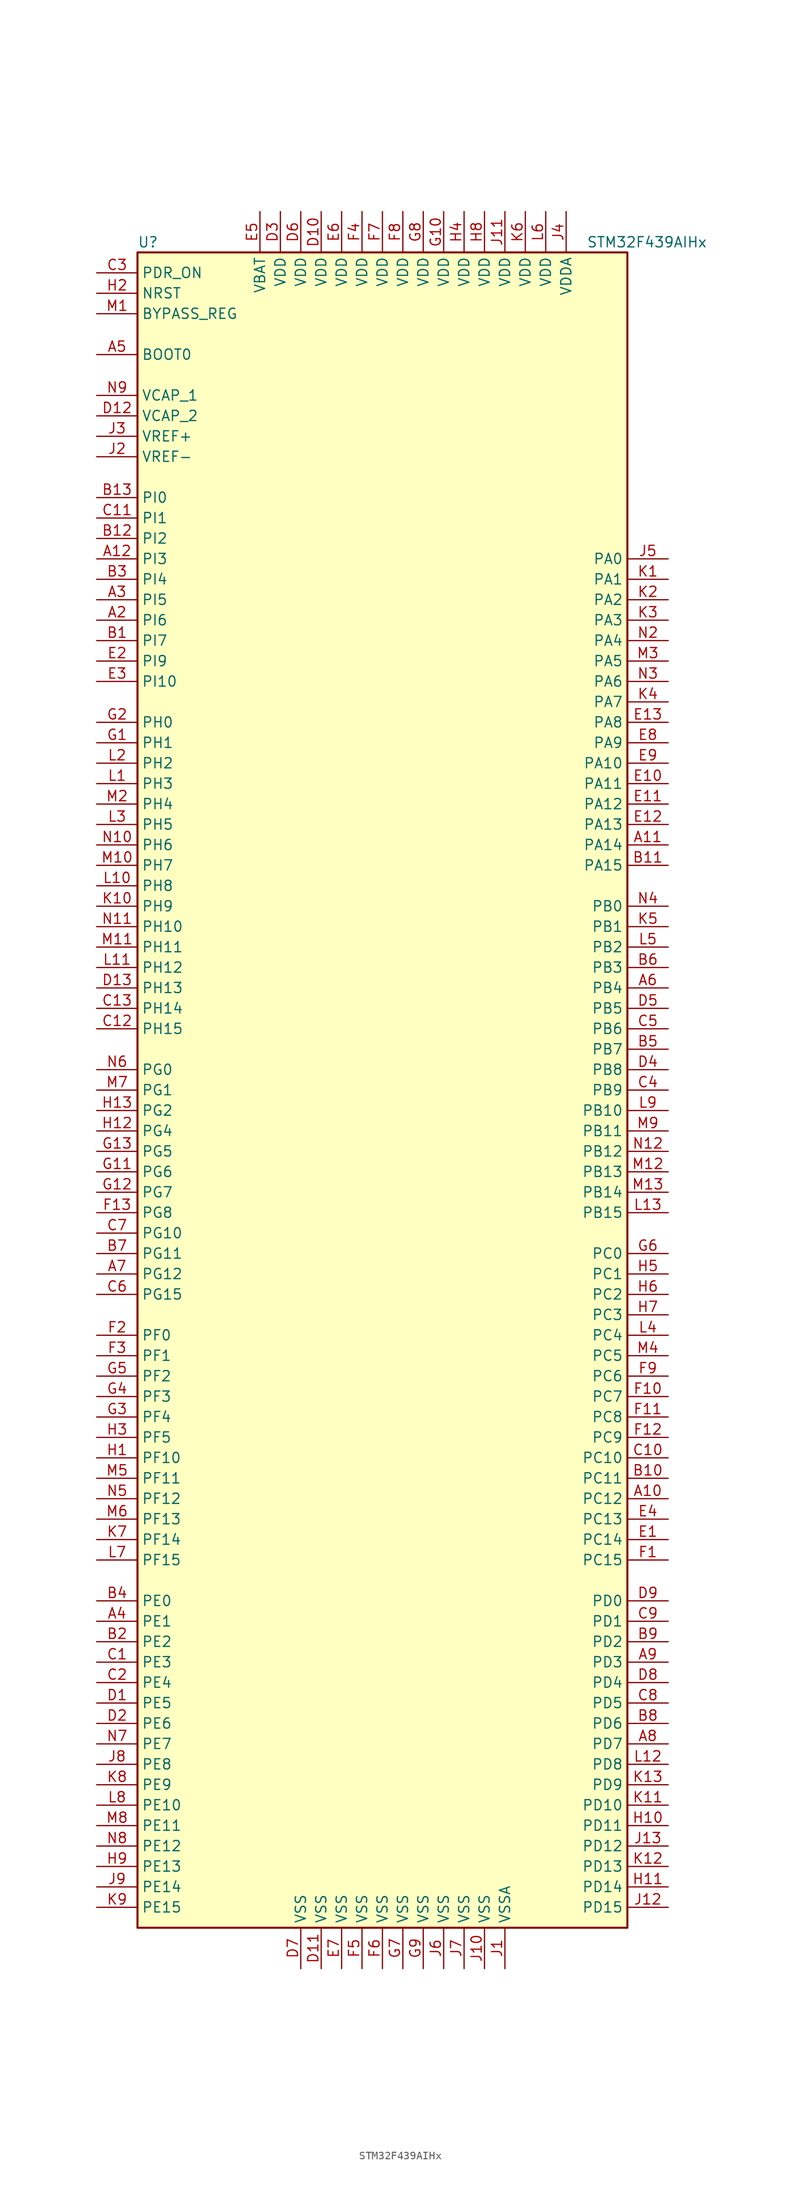
<source format=kicad_sym>
(kicad_symbol_lib
  (version 20220914)
  (generator kicad_symbol_editor)
  (symbol "STM32F439AIHx"
    (property "Reference" "U"
      (at -30.48 105.41 0)
      (effects (font (size 1.27 1.27)) (justify left)))
    (property "Value" "STM32F439AIHx"
      (at 25.4 105.41 0)
      (effects (font (size 1.27 1.27)) (justify left)))
    (symbol "STM32F439AIHx_0_1"
      (rectangle (start -30.48 -104.14) (end 30.48 104.14) (stroke (width 0.254) (type default)) (fill (type background))))
    (symbol "STM32F439AIHx_1_1"
      (pin no_connect line (at -30.48 -101.6 0) (length 5.08) hide (name "NC" (effects (font (size 1.27 1.27)))) (number "A1" (effects (font (size 1.27 1.27)))))
      (pin bidirectional line (at 35.56 -50.8 180) (length 5.08) (name "PC12" (effects (font (size 1.27 1.27)))) (number "A10" (effects (font (size 1.27 1.27)))))
      (pin bidirectional line (at 35.56 30.48 180) (length 5.08) (name "PA14" (effects (font (size 1.27 1.27)))) (number "A11" (effects (font (size 1.27 1.27)))))
      (pin bidirectional line (at -35.56 66.04 0) (length 5.08) (name "PI3" (effects (font (size 1.27 1.27)))) (number "A12" (effects (font (size 1.27 1.27)))))
      (pin no_connect line (at -30.48 -99.06 0) (length 5.08) hide (name "NC" (effects (font (size 1.27 1.27)))) (number "A13" (effects (font (size 1.27 1.27)))))
      (pin bidirectional line (at -35.56 58.42 0) (length 5.08) (name "PI6" (effects (font (size 1.27 1.27)))) (number "A2" (effects (font (size 1.27 1.27)))))
      (pin bidirectional line (at -35.56 60.96 0) (length 5.08) (name "PI5" (effects (font (size 1.27 1.27)))) (number "A3" (effects (font (size 1.27 1.27)))))
      (pin bidirectional line (at -35.56 -66.04 0) (length 5.08) (name "PE1" (effects (font (size 1.27 1.27)))) (number "A4" (effects (font (size 1.27 1.27)))))
      (pin input line (at -35.56 91.44 0) (length 5.08) (name "BOOT0" (effects (font (size 1.27 1.27)))) (number "A5" (effects (font (size 1.27 1.27)))))
      (pin bidirectional line (at 35.56 12.7 180) (length 5.08) (name "PB4" (effects (font (size 1.27 1.27)))) (number "A6" (effects (font (size 1.27 1.27)))))
      (pin bidirectional line (at -35.56 -22.86 0) (length 5.08) (name "PG12" (effects (font (size 1.27 1.27)))) (number "A7" (effects (font (size 1.27 1.27)))))
      (pin bidirectional line (at 35.56 -81.28 180) (length 5.08) (name "PD7" (effects (font (size 1.27 1.27)))) (number "A8" (effects (font (size 1.27 1.27)))))
      (pin bidirectional line (at 35.56 -71.12 180) (length 5.08) (name "PD3" (effects (font (size 1.27 1.27)))) (number "A9" (effects (font (size 1.27 1.27)))))
      (pin bidirectional line (at -35.56 55.88 0) (length 5.08) (name "PI7" (effects (font (size 1.27 1.27)))) (number "B1" (effects (font (size 1.27 1.27)))))
      (pin bidirectional line (at 35.56 -48.26 180) (length 5.08) (name "PC11" (effects (font (size 1.27 1.27)))) (number "B10" (effects (font (size 1.27 1.27)))))
      (pin bidirectional line (at 35.56 27.94 180) (length 5.08) (name "PA15" (effects (font (size 1.27 1.27)))) (number "B11" (effects (font (size 1.27 1.27)))))
      (pin bidirectional line (at -35.56 68.58 0) (length 5.08) (name "PI2" (effects (font (size 1.27 1.27)))) (number "B12" (effects (font (size 1.27 1.27)))))
      (pin bidirectional line (at -35.56 73.66 0) (length 5.08) (name "PI0" (effects (font (size 1.27 1.27)))) (number "B13" (effects (font (size 1.27 1.27)))))
      (pin bidirectional line (at -35.56 -68.58 0) (length 5.08) (name "PE2" (effects (font (size 1.27 1.27)))) (number "B2" (effects (font (size 1.27 1.27)))))
      (pin bidirectional line (at -35.56 63.5 0) (length 5.08) (name "PI4" (effects (font (size 1.27 1.27)))) (number "B3" (effects (font (size 1.27 1.27)))))
      (pin bidirectional line (at -35.56 -63.5 0) (length 5.08) (name "PE0" (effects (font (size 1.27 1.27)))) (number "B4" (effects (font (size 1.27 1.27)))))
      (pin bidirectional line (at 35.56 5.08 180) (length 5.08) (name "PB7" (effects (font (size 1.27 1.27)))) (number "B5" (effects (font (size 1.27 1.27)))))
      (pin bidirectional line (at 35.56 15.24 180) (length 5.08) (name "PB3" (effects (font (size 1.27 1.27)))) (number "B6" (effects (font (size 1.27 1.27)))))
      (pin bidirectional line (at -35.56 -20.32 0) (length 5.08) (name "PG11" (effects (font (size 1.27 1.27)))) (number "B7" (effects (font (size 1.27 1.27)))))
      (pin bidirectional line (at 35.56 -78.74 180) (length 5.08) (name "PD6" (effects (font (size 1.27 1.27)))) (number "B8" (effects (font (size 1.27 1.27)))))
      (pin bidirectional line (at 35.56 -68.58 180) (length 5.08) (name "PD2" (effects (font (size 1.27 1.27)))) (number "B9" (effects (font (size 1.27 1.27)))))
      (pin bidirectional line (at -35.56 -71.12 0) (length 5.08) (name "PE3" (effects (font (size 1.27 1.27)))) (number "C1" (effects (font (size 1.27 1.27)))))
      (pin bidirectional line (at 35.56 -45.72 180) (length 5.08) (name "PC10" (effects (font (size 1.27 1.27)))) (number "C10" (effects (font (size 1.27 1.27)))))
      (pin bidirectional line (at -35.56 71.12 0) (length 5.08) (name "PI1" (effects (font (size 1.27 1.27)))) (number "C11" (effects (font (size 1.27 1.27)))))
      (pin bidirectional line (at -35.56 7.62 0) (length 5.08) (name "PH15" (effects (font (size 1.27 1.27)))) (number "C12" (effects (font (size 1.27 1.27)))))
      (pin bidirectional line (at -35.56 10.16 0) (length 5.08) (name "PH14" (effects (font (size 1.27 1.27)))) (number "C13" (effects (font (size 1.27 1.27)))))
      (pin bidirectional line (at -35.56 -73.66 0) (length 5.08) (name "PE4" (effects (font (size 1.27 1.27)))) (number "C2" (effects (font (size 1.27 1.27)))))
      (pin input line (at -35.56 101.6 0) (length 5.08) (name "PDR_ON" (effects (font (size 1.27 1.27)))) (number "C3" (effects (font (size 1.27 1.27)))))
      (pin bidirectional line (at 35.56 0 180) (length 5.08) (name "PB9" (effects (font (size 1.27 1.27)))) (number "C4" (effects (font (size 1.27 1.27)))))
      (pin bidirectional line (at 35.56 7.62 180) (length 5.08) (name "PB6" (effects (font (size 1.27 1.27)))) (number "C5" (effects (font (size 1.27 1.27)))))
      (pin bidirectional line (at -35.56 -25.4 0) (length 5.08) (name "PG15" (effects (font (size 1.27 1.27)))) (number "C6" (effects (font (size 1.27 1.27)))))
      (pin bidirectional line (at -35.56 -17.78 0) (length 5.08) (name "PG10" (effects (font (size 1.27 1.27)))) (number "C7" (effects (font (size 1.27 1.27)))))
      (pin bidirectional line (at 35.56 -76.2 180) (length 5.08) (name "PD5" (effects (font (size 1.27 1.27)))) (number "C8" (effects (font (size 1.27 1.27)))))
      (pin bidirectional line (at 35.56 -66.04 180) (length 5.08) (name "PD1" (effects (font (size 1.27 1.27)))) (number "C9" (effects (font (size 1.27 1.27)))))
      (pin bidirectional line (at -35.56 -76.2 0) (length 5.08) (name "PE5" (effects (font (size 1.27 1.27)))) (number "D1" (effects (font (size 1.27 1.27)))))
      (pin power_in line (at -7.62 109.22 270) (length 5.08) (name "VDD" (effects (font (size 1.27 1.27)))) (number "D10" (effects (font (size 1.27 1.27)))))
      (pin power_in line (at -7.62 -109.22 90) (length 5.08) (name "VSS" (effects (font (size 1.27 1.27)))) (number "D11" (effects (font (size 1.27 1.27)))))
      (pin power_in line (at -35.56 83.82 0) (length 5.08) (name "VCAP_2" (effects (font (size 1.27 1.27)))) (number "D12" (effects (font (size 1.27 1.27)))))
      (pin bidirectional line (at -35.56 12.7 0) (length 5.08) (name "PH13" (effects (font (size 1.27 1.27)))) (number "D13" (effects (font (size 1.27 1.27)))))
      (pin bidirectional line (at -35.56 -78.74 0) (length 5.08) (name "PE6" (effects (font (size 1.27 1.27)))) (number "D2" (effects (font (size 1.27 1.27)))))
      (pin power_in line (at -12.7 109.22 270) (length 5.08) (name "VDD" (effects (font (size 1.27 1.27)))) (number "D3" (effects (font (size 1.27 1.27)))))
      (pin bidirectional line (at 35.56 2.54 180) (length 5.08) (name "PB8" (effects (font (size 1.27 1.27)))) (number "D4" (effects (font (size 1.27 1.27)))))
      (pin bidirectional line (at 35.56 10.16 180) (length 5.08) (name "PB5" (effects (font (size 1.27 1.27)))) (number "D5" (effects (font (size 1.27 1.27)))))
      (pin power_in line (at -10.16 109.22 270) (length 5.08) (name "VDD" (effects (font (size 1.27 1.27)))) (number "D6" (effects (font (size 1.27 1.27)))))
      (pin power_in line (at -10.16 -109.22 90) (length 5.08) (name "VSS" (effects (font (size 1.27 1.27)))) (number "D7" (effects (font (size 1.27 1.27)))))
      (pin bidirectional line (at 35.56 -73.66 180) (length 5.08) (name "PD4" (effects (font (size 1.27 1.27)))) (number "D8" (effects (font (size 1.27 1.27)))))
      (pin bidirectional line (at 35.56 -63.5 180) (length 5.08) (name "PD0" (effects (font (size 1.27 1.27)))) (number "D9" (effects (font (size 1.27 1.27)))))
      (pin bidirectional line (at 35.56 -55.88 180) (length 5.08) (name "PC14" (effects (font (size 1.27 1.27)))) (number "E1" (effects (font (size 1.27 1.27)))))
      (pin bidirectional line (at 35.56 38.1 180) (length 5.08) (name "PA11" (effects (font (size 1.27 1.27)))) (number "E10" (effects (font (size 1.27 1.27)))))
      (pin bidirectional line (at 35.56 35.56 180) (length 5.08) (name "PA12" (effects (font (size 1.27 1.27)))) (number "E11" (effects (font (size 1.27 1.27)))))
      (pin bidirectional line (at 35.56 33.02 180) (length 5.08) (name "PA13" (effects (font (size 1.27 1.27)))) (number "E12" (effects (font (size 1.27 1.27)))))
      (pin bidirectional line (at 35.56 45.72 180) (length 5.08) (name "PA8" (effects (font (size 1.27 1.27)))) (number "E13" (effects (font (size 1.27 1.27)))))
      (pin bidirectional line (at -35.56 53.34 0) (length 5.08) (name "PI9" (effects (font (size 1.27 1.27)))) (number "E2" (effects (font (size 1.27 1.27)))))
      (pin bidirectional line (at -35.56 50.8 0) (length 5.08) (name "PI10" (effects (font (size 1.27 1.27)))) (number "E3" (effects (font (size 1.27 1.27)))))
      (pin bidirectional line (at 35.56 -53.34 180) (length 5.08) (name "PC13" (effects (font (size 1.27 1.27)))) (number "E4" (effects (font (size 1.27 1.27)))))
      (pin power_in line (at -15.24 109.22 270) (length 5.08) (name "VBAT" (effects (font (size 1.27 1.27)))) (number "E5" (effects (font (size 1.27 1.27)))))
      (pin power_in line (at -5.08 109.22 270) (length 5.08) (name "VDD" (effects (font (size 1.27 1.27)))) (number "E6" (effects (font (size 1.27 1.27)))))
      (pin power_in line (at -5.08 -109.22 90) (length 5.08) (name "VSS" (effects (font (size 1.27 1.27)))) (number "E7" (effects (font (size 1.27 1.27)))))
      (pin bidirectional line (at 35.56 43.18 180) (length 5.08) (name "PA9" (effects (font (size 1.27 1.27)))) (number "E8" (effects (font (size 1.27 1.27)))))
      (pin bidirectional line (at 35.56 40.64 180) (length 5.08) (name "PA10" (effects (font (size 1.27 1.27)))) (number "E9" (effects (font (size 1.27 1.27)))))
      (pin bidirectional line (at 35.56 -58.42 180) (length 5.08) (name "PC15" (effects (font (size 1.27 1.27)))) (number "F1" (effects (font (size 1.27 1.27)))))
      (pin bidirectional line (at 35.56 -38.1 180) (length 5.08) (name "PC7" (effects (font (size 1.27 1.27)))) (number "F10" (effects (font (size 1.27 1.27)))))
      (pin bidirectional line (at 35.56 -40.64 180) (length 5.08) (name "PC8" (effects (font (size 1.27 1.27)))) (number "F11" (effects (font (size 1.27 1.27)))))
      (pin bidirectional line (at 35.56 -43.18 180) (length 5.08) (name "PC9" (effects (font (size 1.27 1.27)))) (number "F12" (effects (font (size 1.27 1.27)))))
      (pin bidirectional line (at -35.56 -15.24 0) (length 5.08) (name "PG8" (effects (font (size 1.27 1.27)))) (number "F13" (effects (font (size 1.27 1.27)))))
      (pin bidirectional line (at -35.56 -30.48 0) (length 5.08) (name "PF0" (effects (font (size 1.27 1.27)))) (number "F2" (effects (font (size 1.27 1.27)))))
      (pin bidirectional line (at -35.56 -33.02 0) (length 5.08) (name "PF1" (effects (font (size 1.27 1.27)))) (number "F3" (effects (font (size 1.27 1.27)))))
      (pin power_in line (at -2.54 109.22 270) (length 5.08) (name "VDD" (effects (font (size 1.27 1.27)))) (number "F4" (effects (font (size 1.27 1.27)))))
      (pin power_in line (at -2.54 -109.22 90) (length 5.08) (name "VSS" (effects (font (size 1.27 1.27)))) (number "F5" (effects (font (size 1.27 1.27)))))
      (pin power_in line (at 0 -109.22 90) (length 5.08) (name "VSS" (effects (font (size 1.27 1.27)))) (number "F6" (effects (font (size 1.27 1.27)))))
      (pin power_in line (at 0 109.22 270) (length 5.08) (name "VDD" (effects (font (size 1.27 1.27)))) (number "F7" (effects (font (size 1.27 1.27)))))
      (pin power_in line (at 2.54 109.22 270) (length 5.08) (name "VDD" (effects (font (size 1.27 1.27)))) (number "F8" (effects (font (size 1.27 1.27)))))
      (pin bidirectional line (at 35.56 -35.56 180) (length 5.08) (name "PC6" (effects (font (size 1.27 1.27)))) (number "F9" (effects (font (size 1.27 1.27)))))
      (pin input line (at -35.56 43.18 0) (length 5.08) (name "PH1" (effects (font (size 1.27 1.27)))) (number "G1" (effects (font (size 1.27 1.27)))))
      (pin power_in line (at 7.62 109.22 270) (length 5.08) (name "VDD" (effects (font (size 1.27 1.27)))) (number "G10" (effects (font (size 1.27 1.27)))))
      (pin bidirectional line (at -35.56 -10.16 0) (length 5.08) (name "PG6" (effects (font (size 1.27 1.27)))) (number "G11" (effects (font (size 1.27 1.27)))))
      (pin bidirectional line (at -35.56 -12.7 0) (length 5.08) (name "PG7" (effects (font (size 1.27 1.27)))) (number "G12" (effects (font (size 1.27 1.27)))))
      (pin bidirectional line (at -35.56 -7.62 0) (length 5.08) (name "PG5" (effects (font (size 1.27 1.27)))) (number "G13" (effects (font (size 1.27 1.27)))))
      (pin input line (at -35.56 45.72 0) (length 5.08) (name "PH0" (effects (font (size 1.27 1.27)))) (number "G2" (effects (font (size 1.27 1.27)))))
      (pin bidirectional line (at -35.56 -40.64 0) (length 5.08) (name "PF4" (effects (font (size 1.27 1.27)))) (number "G3" (effects (font (size 1.27 1.27)))))
      (pin bidirectional line (at -35.56 -38.1 0) (length 5.08) (name "PF3" (effects (font (size 1.27 1.27)))) (number "G4" (effects (font (size 1.27 1.27)))))
      (pin bidirectional line (at -35.56 -35.56 0) (length 5.08) (name "PF2" (effects (font (size 1.27 1.27)))) (number "G5" (effects (font (size 1.27 1.27)))))
      (pin bidirectional line (at 35.56 -20.32 180) (length 5.08) (name "PC0" (effects (font (size 1.27 1.27)))) (number "G6" (effects (font (size 1.27 1.27)))))
      (pin power_in line (at 2.54 -109.22 90) (length 5.08) (name "VSS" (effects (font (size 1.27 1.27)))) (number "G7" (effects (font (size 1.27 1.27)))))
      (pin power_in line (at 5.08 109.22 270) (length 5.08) (name "VDD" (effects (font (size 1.27 1.27)))) (number "G8" (effects (font (size 1.27 1.27)))))
      (pin power_in line (at 5.08 -109.22 90) (length 5.08) (name "VSS" (effects (font (size 1.27 1.27)))) (number "G9" (effects (font (size 1.27 1.27)))))
      (pin bidirectional line (at -35.56 -45.72 0) (length 5.08) (name "PF10" (effects (font (size 1.27 1.27)))) (number "H1" (effects (font (size 1.27 1.27)))))
      (pin bidirectional line (at 35.56 -91.44 180) (length 5.08) (name "PD11" (effects (font (size 1.27 1.27)))) (number "H10" (effects (font (size 1.27 1.27)))))
      (pin bidirectional line (at 35.56 -99.06 180) (length 5.08) (name "PD14" (effects (font (size 1.27 1.27)))) (number "H11" (effects (font (size 1.27 1.27)))))
      (pin bidirectional line (at -35.56 -5.08 0) (length 5.08) (name "PG4" (effects (font (size 1.27 1.27)))) (number "H12" (effects (font (size 1.27 1.27)))))
      (pin bidirectional line (at -35.56 -2.54 0) (length 5.08) (name "PG2" (effects (font (size 1.27 1.27)))) (number "H13" (effects (font (size 1.27 1.27)))))
      (pin input line (at -35.56 99.06 0) (length 5.08) (name "NRST" (effects (font (size 1.27 1.27)))) (number "H2" (effects (font (size 1.27 1.27)))))
      (pin bidirectional line (at -35.56 -43.18 0) (length 5.08) (name "PF5" (effects (font (size 1.27 1.27)))) (number "H3" (effects (font (size 1.27 1.27)))))
      (pin power_in line (at 10.16 109.22 270) (length 5.08) (name "VDD" (effects (font (size 1.27 1.27)))) (number "H4" (effects (font (size 1.27 1.27)))))
      (pin bidirectional line (at 35.56 -22.86 180) (length 5.08) (name "PC1" (effects (font (size 1.27 1.27)))) (number "H5" (effects (font (size 1.27 1.27)))))
      (pin bidirectional line (at 35.56 -25.4 180) (length 5.08) (name "PC2" (effects (font (size 1.27 1.27)))) (number "H6" (effects (font (size 1.27 1.27)))))
      (pin bidirectional line (at 35.56 -27.94 180) (length 5.08) (name "PC3" (effects (font (size 1.27 1.27)))) (number "H7" (effects (font (size 1.27 1.27)))))
      (pin power_in line (at 12.7 109.22 270) (length 5.08) (name "VDD" (effects (font (size 1.27 1.27)))) (number "H8" (effects (font (size 1.27 1.27)))))
      (pin bidirectional line (at -35.56 -96.52 0) (length 5.08) (name "PE13" (effects (font (size 1.27 1.27)))) (number "H9" (effects (font (size 1.27 1.27)))))
      (pin power_in line (at 15.24 -109.22 90) (length 5.08) (name "VSSA" (effects (font (size 1.27 1.27)))) (number "J1" (effects (font (size 1.27 1.27)))))
      (pin power_in line (at 12.7 -109.22 90) (length 5.08) (name "VSS" (effects (font (size 1.27 1.27)))) (number "J10" (effects (font (size 1.27 1.27)))))
      (pin power_in line (at 15.24 109.22 270) (length 5.08) (name "VDD" (effects (font (size 1.27 1.27)))) (number "J11" (effects (font (size 1.27 1.27)))))
      (pin bidirectional line (at 35.56 -101.6 180) (length 5.08) (name "PD15" (effects (font (size 1.27 1.27)))) (number "J12" (effects (font (size 1.27 1.27)))))
      (pin bidirectional line (at 35.56 -93.98 180) (length 5.08) (name "PD12" (effects (font (size 1.27 1.27)))) (number "J13" (effects (font (size 1.27 1.27)))))
      (pin power_in line (at -35.56 78.74 0) (length 5.08) (name "VREF-" (effects (font (size 1.27 1.27)))) (number "J2" (effects (font (size 1.27 1.27)))))
      (pin power_in line (at -35.56 81.28 0) (length 5.08) (name "VREF+" (effects (font (size 1.27 1.27)))) (number "J3" (effects (font (size 1.27 1.27)))))
      (pin power_in line (at 22.86 109.22 270) (length 5.08) (name "VDDA" (effects (font (size 1.27 1.27)))) (number "J4" (effects (font (size 1.27 1.27)))))
      (pin bidirectional line (at 35.56 66.04 180) (length 5.08) (name "PA0" (effects (font (size 1.27 1.27)))) (number "J5" (effects (font (size 1.27 1.27)))))
      (pin power_in line (at 7.62 -109.22 90) (length 5.08) (name "VSS" (effects (font (size 1.27 1.27)))) (number "J6" (effects (font (size 1.27 1.27)))))
      (pin power_in line (at 10.16 -109.22 90) (length 5.08) (name "VSS" (effects (font (size 1.27 1.27)))) (number "J7" (effects (font (size 1.27 1.27)))))
      (pin bidirectional line (at -35.56 -83.82 0) (length 5.08) (name "PE8" (effects (font (size 1.27 1.27)))) (number "J8" (effects (font (size 1.27 1.27)))))
      (pin bidirectional line (at -35.56 -99.06 0) (length 5.08) (name "PE14" (effects (font (size 1.27 1.27)))) (number "J9" (effects (font (size 1.27 1.27)))))
      (pin bidirectional line (at 35.56 63.5 180) (length 5.08) (name "PA1" (effects (font (size 1.27 1.27)))) (number "K1" (effects (font (size 1.27 1.27)))))
      (pin bidirectional line (at -35.56 22.86 0) (length 5.08) (name "PH9" (effects (font (size 1.27 1.27)))) (number "K10" (effects (font (size 1.27 1.27)))))
      (pin bidirectional line (at 35.56 -88.9 180) (length 5.08) (name "PD10" (effects (font (size 1.27 1.27)))) (number "K11" (effects (font (size 1.27 1.27)))))
      (pin bidirectional line (at 35.56 -96.52 180) (length 5.08) (name "PD13" (effects (font (size 1.27 1.27)))) (number "K12" (effects (font (size 1.27 1.27)))))
      (pin bidirectional line (at 35.56 -86.36 180) (length 5.08) (name "PD9" (effects (font (size 1.27 1.27)))) (number "K13" (effects (font (size 1.27 1.27)))))
      (pin bidirectional line (at 35.56 60.96 180) (length 5.08) (name "PA2" (effects (font (size 1.27 1.27)))) (number "K2" (effects (font (size 1.27 1.27)))))
      (pin bidirectional line (at 35.56 58.42 180) (length 5.08) (name "PA3" (effects (font (size 1.27 1.27)))) (number "K3" (effects (font (size 1.27 1.27)))))
      (pin bidirectional line (at 35.56 48.26 180) (length 5.08) (name "PA7" (effects (font (size 1.27 1.27)))) (number "K4" (effects (font (size 1.27 1.27)))))
      (pin bidirectional line (at 35.56 20.32 180) (length 5.08) (name "PB1" (effects (font (size 1.27 1.27)))) (number "K5" (effects (font (size 1.27 1.27)))))
      (pin power_in line (at 17.78 109.22 270) (length 5.08) (name "VDD" (effects (font (size 1.27 1.27)))) (number "K6" (effects (font (size 1.27 1.27)))))
      (pin bidirectional line (at -35.56 -55.88 0) (length 5.08) (name "PF14" (effects (font (size 1.27 1.27)))) (number "K7" (effects (font (size 1.27 1.27)))))
      (pin bidirectional line (at -35.56 -86.36 0) (length 5.08) (name "PE9" (effects (font (size 1.27 1.27)))) (number "K8" (effects (font (size 1.27 1.27)))))
      (pin bidirectional line (at -35.56 -101.6 0) (length 5.08) (name "PE15" (effects (font (size 1.27 1.27)))) (number "K9" (effects (font (size 1.27 1.27)))))
      (pin bidirectional line (at -35.56 38.1 0) (length 5.08) (name "PH3" (effects (font (size 1.27 1.27)))) (number "L1" (effects (font (size 1.27 1.27)))))
      (pin bidirectional line (at -35.56 25.4 0) (length 5.08) (name "PH8" (effects (font (size 1.27 1.27)))) (number "L10" (effects (font (size 1.27 1.27)))))
      (pin bidirectional line (at -35.56 15.24 0) (length 5.08) (name "PH12" (effects (font (size 1.27 1.27)))) (number "L11" (effects (font (size 1.27 1.27)))))
      (pin bidirectional line (at 35.56 -83.82 180) (length 5.08) (name "PD8" (effects (font (size 1.27 1.27)))) (number "L12" (effects (font (size 1.27 1.27)))))
      (pin bidirectional line (at 35.56 -15.24 180) (length 5.08) (name "PB15" (effects (font (size 1.27 1.27)))) (number "L13" (effects (font (size 1.27 1.27)))))
      (pin bidirectional line (at -35.56 40.64 0) (length 5.08) (name "PH2" (effects (font (size 1.27 1.27)))) (number "L2" (effects (font (size 1.27 1.27)))))
      (pin bidirectional line (at -35.56 33.02 0) (length 5.08) (name "PH5" (effects (font (size 1.27 1.27)))) (number "L3" (effects (font (size 1.27 1.27)))))
      (pin bidirectional line (at 35.56 -30.48 180) (length 5.08) (name "PC4" (effects (font (size 1.27 1.27)))) (number "L4" (effects (font (size 1.27 1.27)))))
      (pin bidirectional line (at 35.56 17.78 180) (length 5.08) (name "PB2" (effects (font (size 1.27 1.27)))) (number "L5" (effects (font (size 1.27 1.27)))))
      (pin power_in line (at 20.32 109.22 270) (length 5.08) (name "VDD" (effects (font (size 1.27 1.27)))) (number "L6" (effects (font (size 1.27 1.27)))))
      (pin bidirectional line (at -35.56 -58.42 0) (length 5.08) (name "PF15" (effects (font (size 1.27 1.27)))) (number "L7" (effects (font (size 1.27 1.27)))))
      (pin bidirectional line (at -35.56 -88.9 0) (length 5.08) (name "PE10" (effects (font (size 1.27 1.27)))) (number "L8" (effects (font (size 1.27 1.27)))))
      (pin bidirectional line (at 35.56 -2.54 180) (length 5.08) (name "PB10" (effects (font (size 1.27 1.27)))) (number "L9" (effects (font (size 1.27 1.27)))))
      (pin input line (at -35.56 96.52 0) (length 5.08) (name "BYPASS_REG" (effects (font (size 1.27 1.27)))) (number "M1" (effects (font (size 1.27 1.27)))))
      (pin bidirectional line (at -35.56 27.94 0) (length 5.08) (name "PH7" (effects (font (size 1.27 1.27)))) (number "M10" (effects (font (size 1.27 1.27)))))
      (pin bidirectional line (at -35.56 17.78 0) (length 5.08) (name "PH11" (effects (font (size 1.27 1.27)))) (number "M11" (effects (font (size 1.27 1.27)))))
      (pin bidirectional line (at 35.56 -10.16 180) (length 5.08) (name "PB13" (effects (font (size 1.27 1.27)))) (number "M12" (effects (font (size 1.27 1.27)))))
      (pin bidirectional line (at 35.56 -12.7 180) (length 5.08) (name "PB14" (effects (font (size 1.27 1.27)))) (number "M13" (effects (font (size 1.27 1.27)))))
      (pin bidirectional line (at -35.56 35.56 0) (length 5.08) (name "PH4" (effects (font (size 1.27 1.27)))) (number "M2" (effects (font (size 1.27 1.27)))))
      (pin bidirectional line (at 35.56 53.34 180) (length 5.08) (name "PA5" (effects (font (size 1.27 1.27)))) (number "M3" (effects (font (size 1.27 1.27)))))
      (pin bidirectional line (at 35.56 -33.02 180) (length 5.08) (name "PC5" (effects (font (size 1.27 1.27)))) (number "M4" (effects (font (size 1.27 1.27)))))
      (pin bidirectional line (at -35.56 -48.26 0) (length 5.08) (name "PF11" (effects (font (size 1.27 1.27)))) (number "M5" (effects (font (size 1.27 1.27)))))
      (pin bidirectional line (at -35.56 -53.34 0) (length 5.08) (name "PF13" (effects (font (size 1.27 1.27)))) (number "M6" (effects (font (size 1.27 1.27)))))
      (pin bidirectional line (at -35.56 0 0) (length 5.08) (name "PG1" (effects (font (size 1.27 1.27)))) (number "M7" (effects (font (size 1.27 1.27)))))
      (pin bidirectional line (at -35.56 -91.44 0) (length 5.08) (name "PE11" (effects (font (size 1.27 1.27)))) (number "M8" (effects (font (size 1.27 1.27)))))
      (pin bidirectional line (at 35.56 -5.08 180) (length 5.08) (name "PB11" (effects (font (size 1.27 1.27)))) (number "M9" (effects (font (size 1.27 1.27)))))
      (pin no_connect line (at -30.48 -96.52 0) (length 5.08) hide (name "NC" (effects (font (size 1.27 1.27)))) (number "N1" (effects (font (size 1.27 1.27)))))
      (pin bidirectional line (at -35.56 30.48 0) (length 5.08) (name "PH6" (effects (font (size 1.27 1.27)))) (number "N10" (effects (font (size 1.27 1.27)))))
      (pin bidirectional line (at -35.56 20.32 0) (length 5.08) (name "PH10" (effects (font (size 1.27 1.27)))) (number "N11" (effects (font (size 1.27 1.27)))))
      (pin bidirectional line (at 35.56 -7.62 180) (length 5.08) (name "PB12" (effects (font (size 1.27 1.27)))) (number "N12" (effects (font (size 1.27 1.27)))))
      (pin no_connect line (at -30.48 -93.98 0) (length 5.08) hide (name "NC" (effects (font (size 1.27 1.27)))) (number "N13" (effects (font (size 1.27 1.27)))))
      (pin bidirectional line (at 35.56 55.88 180) (length 5.08) (name "PA4" (effects (font (size 1.27 1.27)))) (number "N2" (effects (font (size 1.27 1.27)))))
      (pin bidirectional line (at 35.56 50.8 180) (length 5.08) (name "PA6" (effects (font (size 1.27 1.27)))) (number "N3" (effects (font (size 1.27 1.27)))))
      (pin bidirectional line (at 35.56 22.86 180) (length 5.08) (name "PB0" (effects (font (size 1.27 1.27)))) (number "N4" (effects (font (size 1.27 1.27)))))
      (pin bidirectional line (at -35.56 -50.8 0) (length 5.08) (name "PF12" (effects (font (size 1.27 1.27)))) (number "N5" (effects (font (size 1.27 1.27)))))
      (pin bidirectional line (at -35.56 2.54 0) (length 5.08) (name "PG0" (effects (font (size 1.27 1.27)))) (number "N6" (effects (font (size 1.27 1.27)))))
      (pin bidirectional line (at -35.56 -81.28 0) (length 5.08) (name "PE7" (effects (font (size 1.27 1.27)))) (number "N7" (effects (font (size 1.27 1.27)))))
      (pin bidirectional line (at -35.56 -93.98 0) (length 5.08) (name "PE12" (effects (font (size 1.27 1.27)))) (number "N8" (effects (font (size 1.27 1.27)))))
      (pin power_in line (at -35.56 86.36 0) (length 5.08) (name "VCAP_1" (effects (font (size 1.27 1.27)))) (number "N9" (effects (font (size 1.27 1.27))))))))
</source>
